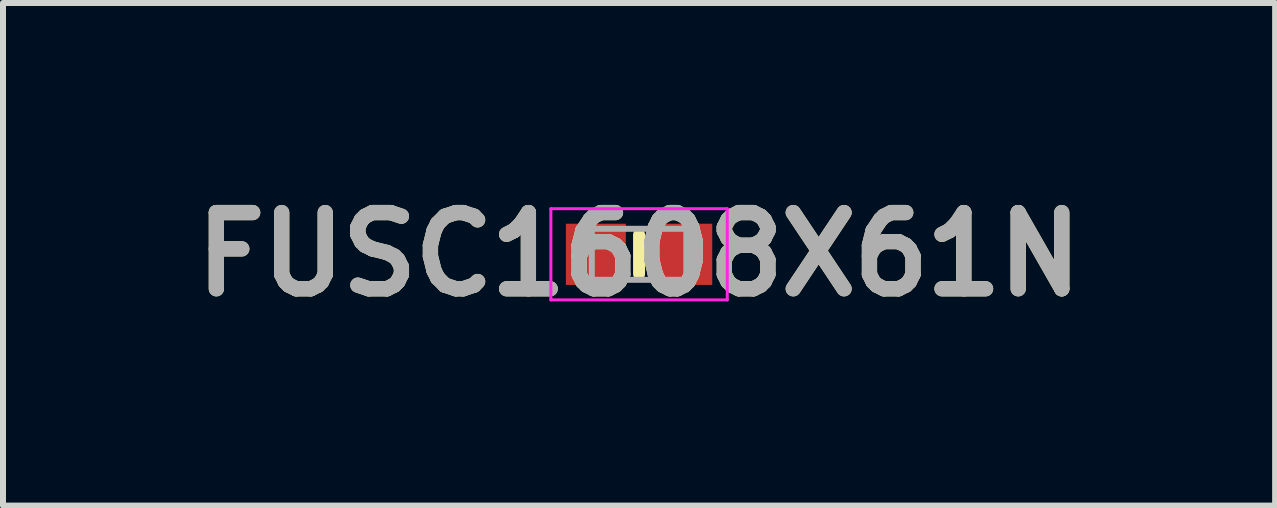
<source format=kicad_pcb>
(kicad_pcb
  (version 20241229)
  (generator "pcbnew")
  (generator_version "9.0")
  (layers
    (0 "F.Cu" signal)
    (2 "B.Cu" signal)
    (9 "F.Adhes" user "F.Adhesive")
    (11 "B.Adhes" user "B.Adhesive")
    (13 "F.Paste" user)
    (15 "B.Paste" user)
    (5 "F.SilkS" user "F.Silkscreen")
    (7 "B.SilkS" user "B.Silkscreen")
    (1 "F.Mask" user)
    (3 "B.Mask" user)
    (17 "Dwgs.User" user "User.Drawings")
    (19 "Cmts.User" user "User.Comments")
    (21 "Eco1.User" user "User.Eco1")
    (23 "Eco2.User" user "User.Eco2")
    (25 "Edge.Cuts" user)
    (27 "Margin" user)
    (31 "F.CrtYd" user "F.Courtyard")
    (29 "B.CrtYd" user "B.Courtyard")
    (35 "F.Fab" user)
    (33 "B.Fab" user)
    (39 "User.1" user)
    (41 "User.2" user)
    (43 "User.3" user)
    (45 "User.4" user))
  (footprint "FUSC1608X61N"
    (layer "F.Cu")
    (at 7.602 1.189)
    (property "Reference" "FUSC1608X61N" (at 0 0 0) (layer "F.SilkS") (effects (font (size 1.27 1.27) (thickness 0.254))))
    (attr smd)
    (fp_line (start 0 -0.325) (end 0 0.325) (stroke (width 0.2) (type solid)) (layer "F.SilkS"))
    (fp_line (start -1.47 -0.76) (end 1.47 -0.76) (stroke (width 0.05) (type solid)) (layer "F.CrtYd"))
    (fp_line (start -1.47 0.76) (end -1.47 -0.76) (stroke (width 0.05) (type solid)) (layer "F.CrtYd"))
    (fp_line (start 1.47 -0.76) (end 1.47 0.76) (stroke (width 0.05) (type solid)) (layer "F.CrtYd"))
    (fp_line (start 1.47 0.76) (end -1.47 0.76) (stroke (width 0.05) (type solid)) (layer "F.CrtYd"))
    (fp_line (start -0.788 -0.425) (end 0.788 -0.425) (stroke (width 0.1) (type solid)) (layer "F.Fab"))
    (fp_line (start -0.788 0.425) (end -0.788 -0.425) (stroke (width 0.1) (type solid)) (layer "F.Fab"))
    (fp_line (start 0.788 -0.425) (end 0.788 0.425) (stroke (width 0.1) (type solid)) (layer "F.Fab"))
    (fp_line (start 0.788 0.425) (end -0.788 0.425) (stroke (width 0.1) (type solid)) (layer "F.Fab"))
    (fp_text user "${REFERENCE}" (at 0 0 0) (layer "F.Fab") (effects (font (size 1.27 1.27) (thickness 0.254))))
    (pad "1" smd rect (at -0.72 0) (size 1 1.02) (layers "F.Cu" "F.Mask" "F.Paste"))
    (pad "2" smd rect (at 0.72 0) (size 1 1.02) (layers "F.Cu" "F.Mask" "F.Paste")))
  (gr_rect
    (start -3 -3)
    (end 18.204 5.377)
    (stroke (width 0.1) (type default))
    (fill no)
    (layer "Edge.Cuts")))
</source>
